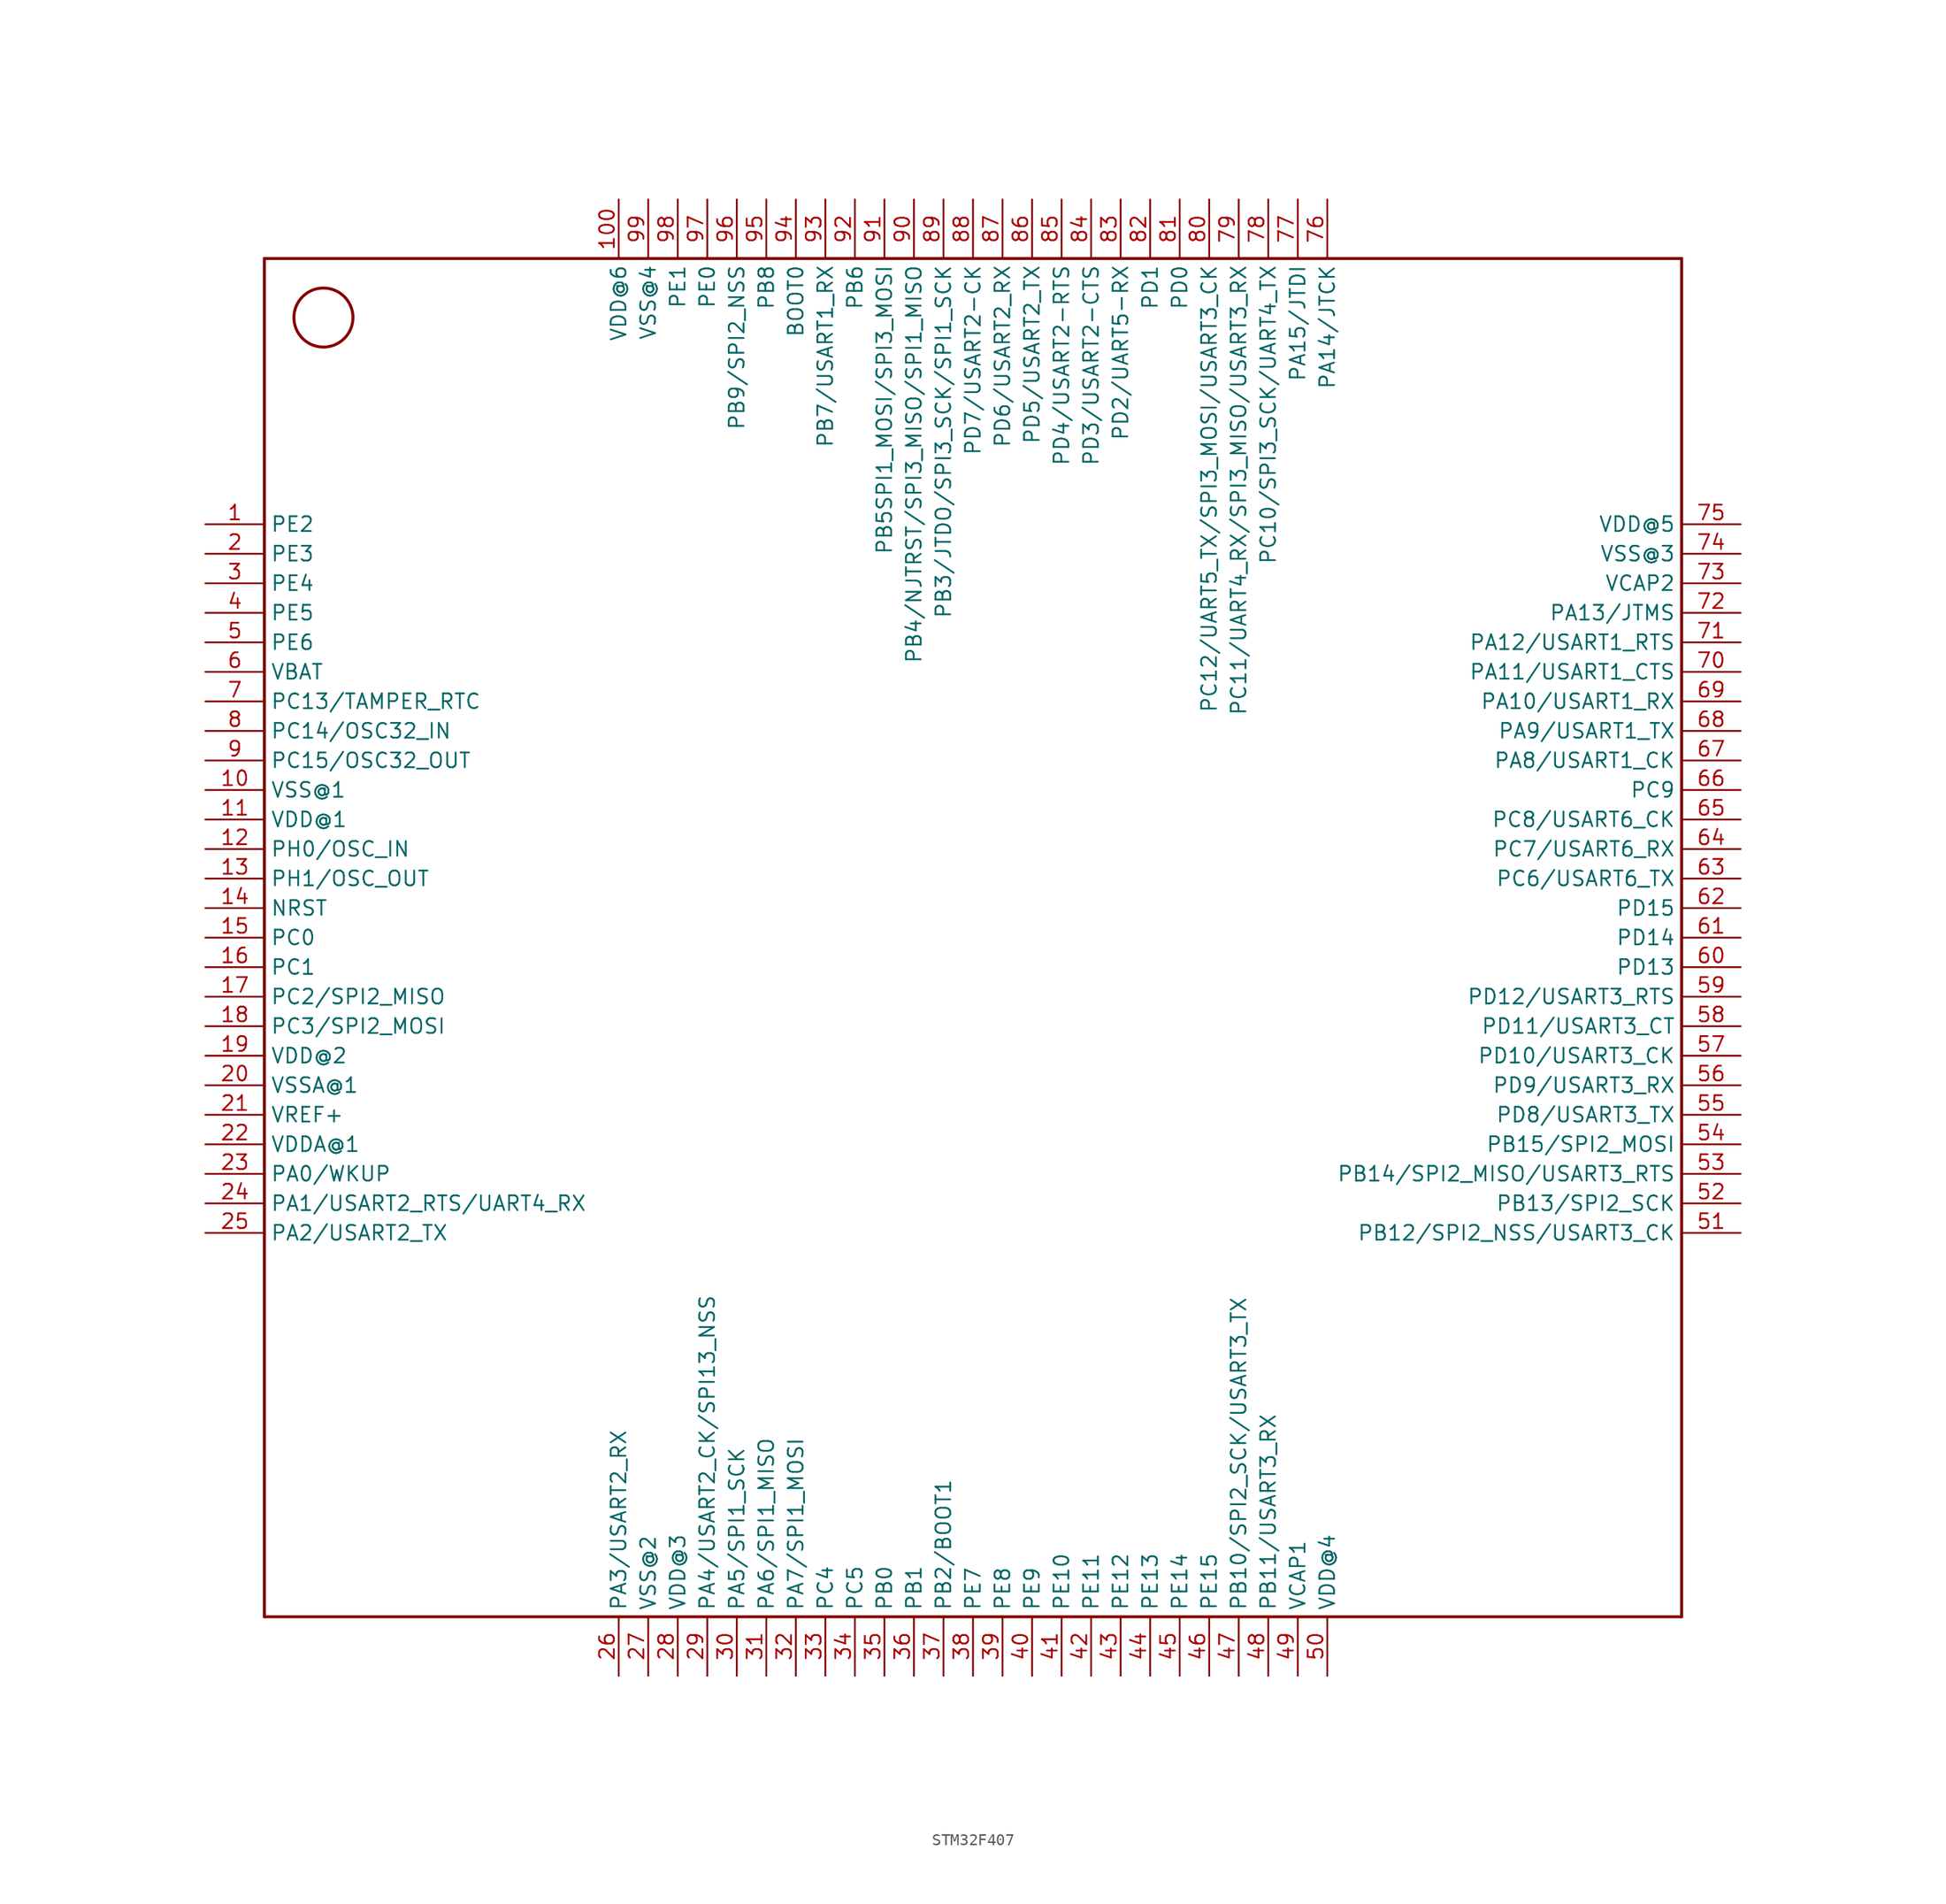
<source format=kicad_sym>
(kicad_symbol_lib
  (version 20211014)
  (generator kicad_symbol_editor)
  (symbol "STM32F407"
    (property "Reference" "U"
      (at 0 0 0)
      (effects (font (size 1.27 1.27)) hide))
    (property "ki_locked" ""
      (at 0 0 0)
      (effects (font (size 1.27 1.27))))
    (symbol "STM32F407_1_0"
      (circle (center -55.88 45.72) (radius 2.54) (stroke (width 0.254) (type default) (color 0 0 0 0)) (fill (type none)))
      (polyline (pts (xy -60.96 -66.04) (xy 60.96 -66.04)) (stroke (width 0.254) (type default) (color 0 0 0 0)) (fill (type none)))
      (polyline (pts (xy -60.96 50.8) (xy -60.96 -66.04)) (stroke (width 0.254) (type default) (color 0 0 0 0)) (fill (type none)))
      (polyline (pts (xy 60.96 -66.04) (xy 60.96 50.8)) (stroke (width 0.254) (type default) (color 0 0 0 0)) (fill (type none)))
      (polyline (pts (xy 60.96 50.8) (xy -60.96 50.8)) (stroke (width 0.254) (type default) (color 0 0 0 0)) (fill (type none)))
      (pin bidirectional line (at -66.04 27.94 0) (length 5.08) (name "PE2" (effects (font (size 1.27 1.27)))) (number "1" (effects (font (size 1.27 1.27)))))
      (pin bidirectional line (at -66.04 5.08 0) (length 5.08) (name "VSS@1" (effects (font (size 1.27 1.27)))) (number "10" (effects (font (size 1.27 1.27)))))
      (pin bidirectional line (at -30.48 55.88 270) (length 5.08) (name "VDD@6" (effects (font (size 1.27 1.27)))) (number "100" (effects (font (size 1.27 1.27)))))
      (pin bidirectional line (at -66.04 2.54 0) (length 5.08) (name "VDD@1" (effects (font (size 1.27 1.27)))) (number "11" (effects (font (size 1.27 1.27)))))
      (pin bidirectional line (at -66.04 0 0) (length 5.08) (name "PH0/OSC_IN" (effects (font (size 1.27 1.27)))) (number "12" (effects (font (size 1.27 1.27)))))
      (pin bidirectional line (at -66.04 -2.54 0) (length 5.08) (name "PH1/OSC_OUT" (effects (font (size 1.27 1.27)))) (number "13" (effects (font (size 1.27 1.27)))))
      (pin bidirectional line (at -66.04 -5.08 0) (length 5.08) (name "NRST" (effects (font (size 1.27 1.27)))) (number "14" (effects (font (size 1.27 1.27)))))
      (pin bidirectional line (at -66.04 -7.62 0) (length 5.08) (name "PC0" (effects (font (size 1.27 1.27)))) (number "15" (effects (font (size 1.27 1.27)))))
      (pin bidirectional line (at -66.04 -10.16 0) (length 5.08) (name "PC1" (effects (font (size 1.27 1.27)))) (number "16" (effects (font (size 1.27 1.27)))))
      (pin bidirectional line (at -66.04 -12.7 0) (length 5.08) (name "PC2/SPI2_MISO" (effects (font (size 1.27 1.27)))) (number "17" (effects (font (size 1.27 1.27)))))
      (pin bidirectional line (at -66.04 -15.24 0) (length 5.08) (name "PC3/SPI2_MOSI" (effects (font (size 1.27 1.27)))) (number "18" (effects (font (size 1.27 1.27)))))
      (pin bidirectional line (at -66.04 -17.78 0) (length 5.08) (name "VDD@2" (effects (font (size 1.27 1.27)))) (number "19" (effects (font (size 1.27 1.27)))))
      (pin bidirectional line (at -66.04 25.4 0) (length 5.08) (name "PE3" (effects (font (size 1.27 1.27)))) (number "2" (effects (font (size 1.27 1.27)))))
      (pin bidirectional line (at -66.04 -20.32 0) (length 5.08) (name "VSSA@1" (effects (font (size 1.27 1.27)))) (number "20" (effects (font (size 1.27 1.27)))))
      (pin bidirectional line (at -66.04 -22.86 0) (length 5.08) (name "VREF+" (effects (font (size 1.27 1.27)))) (number "21" (effects (font (size 1.27 1.27)))))
      (pin bidirectional line (at -66.04 -25.4 0) (length 5.08) (name "VDDA@1" (effects (font (size 1.27 1.27)))) (number "22" (effects (font (size 1.27 1.27)))))
      (pin bidirectional line (at -66.04 -27.94 0) (length 5.08) (name "PA0/WKUP" (effects (font (size 1.27 1.27)))) (number "23" (effects (font (size 1.27 1.27)))))
      (pin bidirectional line (at -66.04 -30.48 0) (length 5.08) (name "PA1/USART2_RTS/UART4_RX" (effects (font (size 1.27 1.27)))) (number "24" (effects (font (size 1.27 1.27)))))
      (pin bidirectional line (at -66.04 -33.02 0) (length 5.08) (name "PA2/USART2_TX" (effects (font (size 1.27 1.27)))) (number "25" (effects (font (size 1.27 1.27)))))
      (pin bidirectional line (at -30.48 -71.12 90) (length 5.08) (name "PA3/USART2_RX" (effects (font (size 1.27 1.27)))) (number "26" (effects (font (size 1.27 1.27)))))
      (pin bidirectional line (at -27.94 -71.12 90) (length 5.08) (name "VSS@2" (effects (font (size 1.27 1.27)))) (number "27" (effects (font (size 1.27 1.27)))))
      (pin bidirectional line (at -25.4 -71.12 90) (length 5.08) (name "VDD@3" (effects (font (size 1.27 1.27)))) (number "28" (effects (font (size 1.27 1.27)))))
      (pin bidirectional line (at -22.86 -71.12 90) (length 5.08) (name "PA4/USART2_CK/SPI13_NSS" (effects (font (size 1.27 1.27)))) (number "29" (effects (font (size 1.27 1.27)))))
      (pin bidirectional line (at -66.04 22.86 0) (length 5.08) (name "PE4" (effects (font (size 1.27 1.27)))) (number "3" (effects (font (size 1.27 1.27)))))
      (pin bidirectional line (at -20.32 -71.12 90) (length 5.08) (name "PA5/SPI1_SCK" (effects (font (size 1.27 1.27)))) (number "30" (effects (font (size 1.27 1.27)))))
      (pin bidirectional line (at -17.78 -71.12 90) (length 5.08) (name "PA6/SPI1_MISO" (effects (font (size 1.27 1.27)))) (number "31" (effects (font (size 1.27 1.27)))))
      (pin bidirectional line (at -15.24 -71.12 90) (length 5.08) (name "PA7/SPI1_MOSI" (effects (font (size 1.27 1.27)))) (number "32" (effects (font (size 1.27 1.27)))))
      (pin bidirectional line (at -12.7 -71.12 90) (length 5.08) (name "PC4" (effects (font (size 1.27 1.27)))) (number "33" (effects (font (size 1.27 1.27)))))
      (pin bidirectional line (at -10.16 -71.12 90) (length 5.08) (name "PC5" (effects (font (size 1.27 1.27)))) (number "34" (effects (font (size 1.27 1.27)))))
      (pin bidirectional line (at -7.62 -71.12 90) (length 5.08) (name "PB0" (effects (font (size 1.27 1.27)))) (number "35" (effects (font (size 1.27 1.27)))))
      (pin bidirectional line (at -5.08 -71.12 90) (length 5.08) (name "PB1" (effects (font (size 1.27 1.27)))) (number "36" (effects (font (size 1.27 1.27)))))
      (pin bidirectional line (at -2.54 -71.12 90) (length 5.08) (name "PB2/BOOT1" (effects (font (size 1.27 1.27)))) (number "37" (effects (font (size 1.27 1.27)))))
      (pin bidirectional line (at 0 -71.12 90) (length 5.08) (name "PE7" (effects (font (size 1.27 1.27)))) (number "38" (effects (font (size 1.27 1.27)))))
      (pin bidirectional line (at 2.54 -71.12 90) (length 5.08) (name "PE8" (effects (font (size 1.27 1.27)))) (number "39" (effects (font (size 1.27 1.27)))))
      (pin bidirectional line (at -66.04 20.32 0) (length 5.08) (name "PE5" (effects (font (size 1.27 1.27)))) (number "4" (effects (font (size 1.27 1.27)))))
      (pin bidirectional line (at 5.08 -71.12 90) (length 5.08) (name "PE9" (effects (font (size 1.27 1.27)))) (number "40" (effects (font (size 1.27 1.27)))))
      (pin bidirectional line (at 7.62 -71.12 90) (length 5.08) (name "PE10" (effects (font (size 1.27 1.27)))) (number "41" (effects (font (size 1.27 1.27)))))
      (pin bidirectional line (at 10.16 -71.12 90) (length 5.08) (name "PE11" (effects (font (size 1.27 1.27)))) (number "42" (effects (font (size 1.27 1.27)))))
      (pin bidirectional line (at 12.7 -71.12 90) (length 5.08) (name "PE12" (effects (font (size 1.27 1.27)))) (number "43" (effects (font (size 1.27 1.27)))))
      (pin bidirectional line (at 15.24 -71.12 90) (length 5.08) (name "PE13" (effects (font (size 1.27 1.27)))) (number "44" (effects (font (size 1.27 1.27)))))
      (pin bidirectional line (at 17.78 -71.12 90) (length 5.08) (name "PE14" (effects (font (size 1.27 1.27)))) (number "45" (effects (font (size 1.27 1.27)))))
      (pin bidirectional line (at 20.32 -71.12 90) (length 5.08) (name "PE15" (effects (font (size 1.27 1.27)))) (number "46" (effects (font (size 1.27 1.27)))))
      (pin bidirectional line (at 22.86 -71.12 90) (length 5.08) (name "PB10/SPI2_SCK/USART3_TX" (effects (font (size 1.27 1.27)))) (number "47" (effects (font (size 1.27 1.27)))))
      (pin bidirectional line (at 25.4 -71.12 90) (length 5.08) (name "PB11/USART3_RX" (effects (font (size 1.27 1.27)))) (number "48" (effects (font (size 1.27 1.27)))))
      (pin bidirectional line (at 27.94 -71.12 90) (length 5.08) (name "VCAP1" (effects (font (size 1.27 1.27)))) (number "49" (effects (font (size 1.27 1.27)))))
      (pin bidirectional line (at -66.04 17.78 0) (length 5.08) (name "PE6" (effects (font (size 1.27 1.27)))) (number "5" (effects (font (size 1.27 1.27)))))
      (pin bidirectional line (at 30.48 -71.12 90) (length 5.08) (name "VDD@4" (effects (font (size 1.27 1.27)))) (number "50" (effects (font (size 1.27 1.27)))))
      (pin bidirectional line (at 66.04 -33.02 180) (length 5.08) (name "PB12/SPI2_NSS/USART3_CK" (effects (font (size 1.27 1.27)))) (number "51" (effects (font (size 1.27 1.27)))))
      (pin bidirectional line (at 66.04 -30.48 180) (length 5.08) (name "PB13/SPI2_SCK" (effects (font (size 1.27 1.27)))) (number "52" (effects (font (size 1.27 1.27)))))
      (pin bidirectional line (at 66.04 -27.94 180) (length 5.08) (name "PB14/SPI2_MISO/USART3_RTS" (effects (font (size 1.27 1.27)))) (number "53" (effects (font (size 1.27 1.27)))))
      (pin bidirectional line (at 66.04 -25.4 180) (length 5.08) (name "PB15/SPI2_MOSI" (effects (font (size 1.27 1.27)))) (number "54" (effects (font (size 1.27 1.27)))))
      (pin bidirectional line (at 66.04 -22.86 180) (length 5.08) (name "PD8/USART3_TX" (effects (font (size 1.27 1.27)))) (number "55" (effects (font (size 1.27 1.27)))))
      (pin bidirectional line (at 66.04 -20.32 180) (length 5.08) (name "PD9/USART3_RX" (effects (font (size 1.27 1.27)))) (number "56" (effects (font (size 1.27 1.27)))))
      (pin bidirectional line (at 66.04 -17.78 180) (length 5.08) (name "PD10/USART3_CK" (effects (font (size 1.27 1.27)))) (number "57" (effects (font (size 1.27 1.27)))))
      (pin bidirectional line (at 66.04 -15.24 180) (length 5.08) (name "PD11/USART3_CT" (effects (font (size 1.27 1.27)))) (number "58" (effects (font (size 1.27 1.27)))))
      (pin bidirectional line (at 66.04 -12.7 180) (length 5.08) (name "PD12/USART3_RTS" (effects (font (size 1.27 1.27)))) (number "59" (effects (font (size 1.27 1.27)))))
      (pin bidirectional line (at -66.04 15.24 0) (length 5.08) (name "VBAT" (effects (font (size 1.27 1.27)))) (number "6" (effects (font (size 1.27 1.27)))))
      (pin bidirectional line (at 66.04 -10.16 180) (length 5.08) (name "PD13" (effects (font (size 1.27 1.27)))) (number "60" (effects (font (size 1.27 1.27)))))
      (pin bidirectional line (at 66.04 -7.62 180) (length 5.08) (name "PD14" (effects (font (size 1.27 1.27)))) (number "61" (effects (font (size 1.27 1.27)))))
      (pin bidirectional line (at 66.04 -5.08 180) (length 5.08) (name "PD15" (effects (font (size 1.27 1.27)))) (number "62" (effects (font (size 1.27 1.27)))))
      (pin bidirectional line (at 66.04 -2.54 180) (length 5.08) (name "PC6/USART6_TX" (effects (font (size 1.27 1.27)))) (number "63" (effects (font (size 1.27 1.27)))))
      (pin bidirectional line (at 66.04 0 180) (length 5.08) (name "PC7/USART6_RX" (effects (font (size 1.27 1.27)))) (number "64" (effects (font (size 1.27 1.27)))))
      (pin bidirectional line (at 66.04 2.54 180) (length 5.08) (name "PC8/USART6_CK" (effects (font (size 1.27 1.27)))) (number "65" (effects (font (size 1.27 1.27)))))
      (pin bidirectional line (at 66.04 5.08 180) (length 5.08) (name "PC9" (effects (font (size 1.27 1.27)))) (number "66" (effects (font (size 1.27 1.27)))))
      (pin bidirectional line (at 66.04 7.62 180) (length 5.08) (name "PA8/USART1_CK" (effects (font (size 1.27 1.27)))) (number "67" (effects (font (size 1.27 1.27)))))
      (pin bidirectional line (at 66.04 10.16 180) (length 5.08) (name "PA9/USART1_TX" (effects (font (size 1.27 1.27)))) (number "68" (effects (font (size 1.27 1.27)))))
      (pin bidirectional line (at 66.04 12.7 180) (length 5.08) (name "PA10/USART1_RX" (effects (font (size 1.27 1.27)))) (number "69" (effects (font (size 1.27 1.27)))))
      (pin bidirectional line (at -66.04 12.7 0) (length 5.08) (name "PC13/TAMPER_RTC" (effects (font (size 1.27 1.27)))) (number "7" (effects (font (size 1.27 1.27)))))
      (pin bidirectional line (at 66.04 15.24 180) (length 5.08) (name "PA11/USART1_CTS" (effects (font (size 1.27 1.27)))) (number "70" (effects (font (size 1.27 1.27)))))
      (pin bidirectional line (at 66.04 17.78 180) (length 5.08) (name "PA12/USART1_RTS" (effects (font (size 1.27 1.27)))) (number "71" (effects (font (size 1.27 1.27)))))
      (pin bidirectional line (at 66.04 20.32 180) (length 5.08) (name "PA13/JTMS" (effects (font (size 1.27 1.27)))) (number "72" (effects (font (size 1.27 1.27)))))
      (pin bidirectional line (at 66.04 22.86 180) (length 5.08) (name "VCAP2" (effects (font (size 1.27 1.27)))) (number "73" (effects (font (size 1.27 1.27)))))
      (pin bidirectional line (at 66.04 25.4 180) (length 5.08) (name "VSS@3" (effects (font (size 1.27 1.27)))) (number "74" (effects (font (size 1.27 1.27)))))
      (pin bidirectional line (at 66.04 27.94 180) (length 5.08) (name "VDD@5" (effects (font (size 1.27 1.27)))) (number "75" (effects (font (size 1.27 1.27)))))
      (pin bidirectional line (at 30.48 55.88 270) (length 5.08) (name "PA14/JTCK" (effects (font (size 1.27 1.27)))) (number "76" (effects (font (size 1.27 1.27)))))
      (pin bidirectional line (at 27.94 55.88 270) (length 5.08) (name "PA15/JTDI" (effects (font (size 1.27 1.27)))) (number "77" (effects (font (size 1.27 1.27)))))
      (pin bidirectional line (at 25.4 55.88 270) (length 5.08) (name "PC10/SPI3_SCK/UART4_TX" (effects (font (size 1.27 1.27)))) (number "78" (effects (font (size 1.27 1.27)))))
      (pin bidirectional line (at 22.86 55.88 270) (length 5.08) (name "PC11/UART4_RX/SPI3_MISO/USART3_RX" (effects (font (size 1.27 1.27)))) (number "79" (effects (font (size 1.27 1.27)))))
      (pin bidirectional line (at -66.04 10.16 0) (length 5.08) (name "PC14/OSC32_IN" (effects (font (size 1.27 1.27)))) (number "8" (effects (font (size 1.27 1.27)))))
      (pin bidirectional line (at 20.32 55.88 270) (length 5.08) (name "PC12/UART5_TX/SPI3_MOSI/USART3_CK" (effects (font (size 1.27 1.27)))) (number "80" (effects (font (size 1.27 1.27)))))
      (pin bidirectional line (at 17.78 55.88 270) (length 5.08) (name "PD0" (effects (font (size 1.27 1.27)))) (number "81" (effects (font (size 1.27 1.27)))))
      (pin bidirectional line (at 15.24 55.88 270) (length 5.08) (name "PD1" (effects (font (size 1.27 1.27)))) (number "82" (effects (font (size 1.27 1.27)))))
      (pin bidirectional line (at 12.7 55.88 270) (length 5.08) (name "PD2/UART5-RX" (effects (font (size 1.27 1.27)))) (number "83" (effects (font (size 1.27 1.27)))))
      (pin bidirectional line (at 10.16 55.88 270) (length 5.08) (name "PD3/USART2-CTS" (effects (font (size 1.27 1.27)))) (number "84" (effects (font (size 1.27 1.27)))))
      (pin bidirectional line (at 7.62 55.88 270) (length 5.08) (name "PD4/USART2-RTS" (effects (font (size 1.27 1.27)))) (number "85" (effects (font (size 1.27 1.27)))))
      (pin bidirectional line (at 5.08 55.88 270) (length 5.08) (name "PD5/USART2_TX" (effects (font (size 1.27 1.27)))) (number "86" (effects (font (size 1.27 1.27)))))
      (pin bidirectional line (at 2.54 55.88 270) (length 5.08) (name "PD6/USART2_RX" (effects (font (size 1.27 1.27)))) (number "87" (effects (font (size 1.27 1.27)))))
      (pin bidirectional line (at 0 55.88 270) (length 5.08) (name "PD7/USART2-CK" (effects (font (size 1.27 1.27)))) (number "88" (effects (font (size 1.27 1.27)))))
      (pin bidirectional line (at -2.54 55.88 270) (length 5.08) (name "PB3/JTDO/SPI3_SCK/SPI1_SCK" (effects (font (size 1.27 1.27)))) (number "89" (effects (font (size 1.27 1.27)))))
      (pin bidirectional line (at -66.04 7.62 0) (length 5.08) (name "PC15/OSC32_OUT" (effects (font (size 1.27 1.27)))) (number "9" (effects (font (size 1.27 1.27)))))
      (pin bidirectional line (at -5.08 55.88 270) (length 5.08) (name "PB4/NJTRST/SPI3_MISO/SPI1_MISO" (effects (font (size 1.27 1.27)))) (number "90" (effects (font (size 1.27 1.27)))))
      (pin bidirectional line (at -7.62 55.88 270) (length 5.08) (name "PB5SPI1_MOSI/SPI3_MOSI" (effects (font (size 1.27 1.27)))) (number "91" (effects (font (size 1.27 1.27)))))
      (pin bidirectional line (at -10.16 55.88 270) (length 5.08) (name "PB6" (effects (font (size 1.27 1.27)))) (number "92" (effects (font (size 1.27 1.27)))))
      (pin bidirectional line (at -12.7 55.88 270) (length 5.08) (name "PB7/USART1_RX" (effects (font (size 1.27 1.27)))) (number "93" (effects (font (size 1.27 1.27)))))
      (pin bidirectional line (at -15.24 55.88 270) (length 5.08) (name "BOOT0" (effects (font (size 1.27 1.27)))) (number "94" (effects (font (size 1.27 1.27)))))
      (pin bidirectional line (at -17.78 55.88 270) (length 5.08) (name "PB8" (effects (font (size 1.27 1.27)))) (number "95" (effects (font (size 1.27 1.27)))))
      (pin bidirectional line (at -20.32 55.88 270) (length 5.08) (name "PB9/SPI2_NSS" (effects (font (size 1.27 1.27)))) (number "96" (effects (font (size 1.27 1.27)))))
      (pin bidirectional line (at -22.86 55.88 270) (length 5.08) (name "PE0" (effects (font (size 1.27 1.27)))) (number "97" (effects (font (size 1.27 1.27)))))
      (pin bidirectional line (at -25.4 55.88 270) (length 5.08) (name "PE1" (effects (font (size 1.27 1.27)))) (number "98" (effects (font (size 1.27 1.27)))))
      (pin bidirectional line (at -27.94 55.88 270) (length 5.08) (name "VSS@4" (effects (font (size 1.27 1.27)))) (number "99" (effects (font (size 1.27 1.27))))))))
</source>
